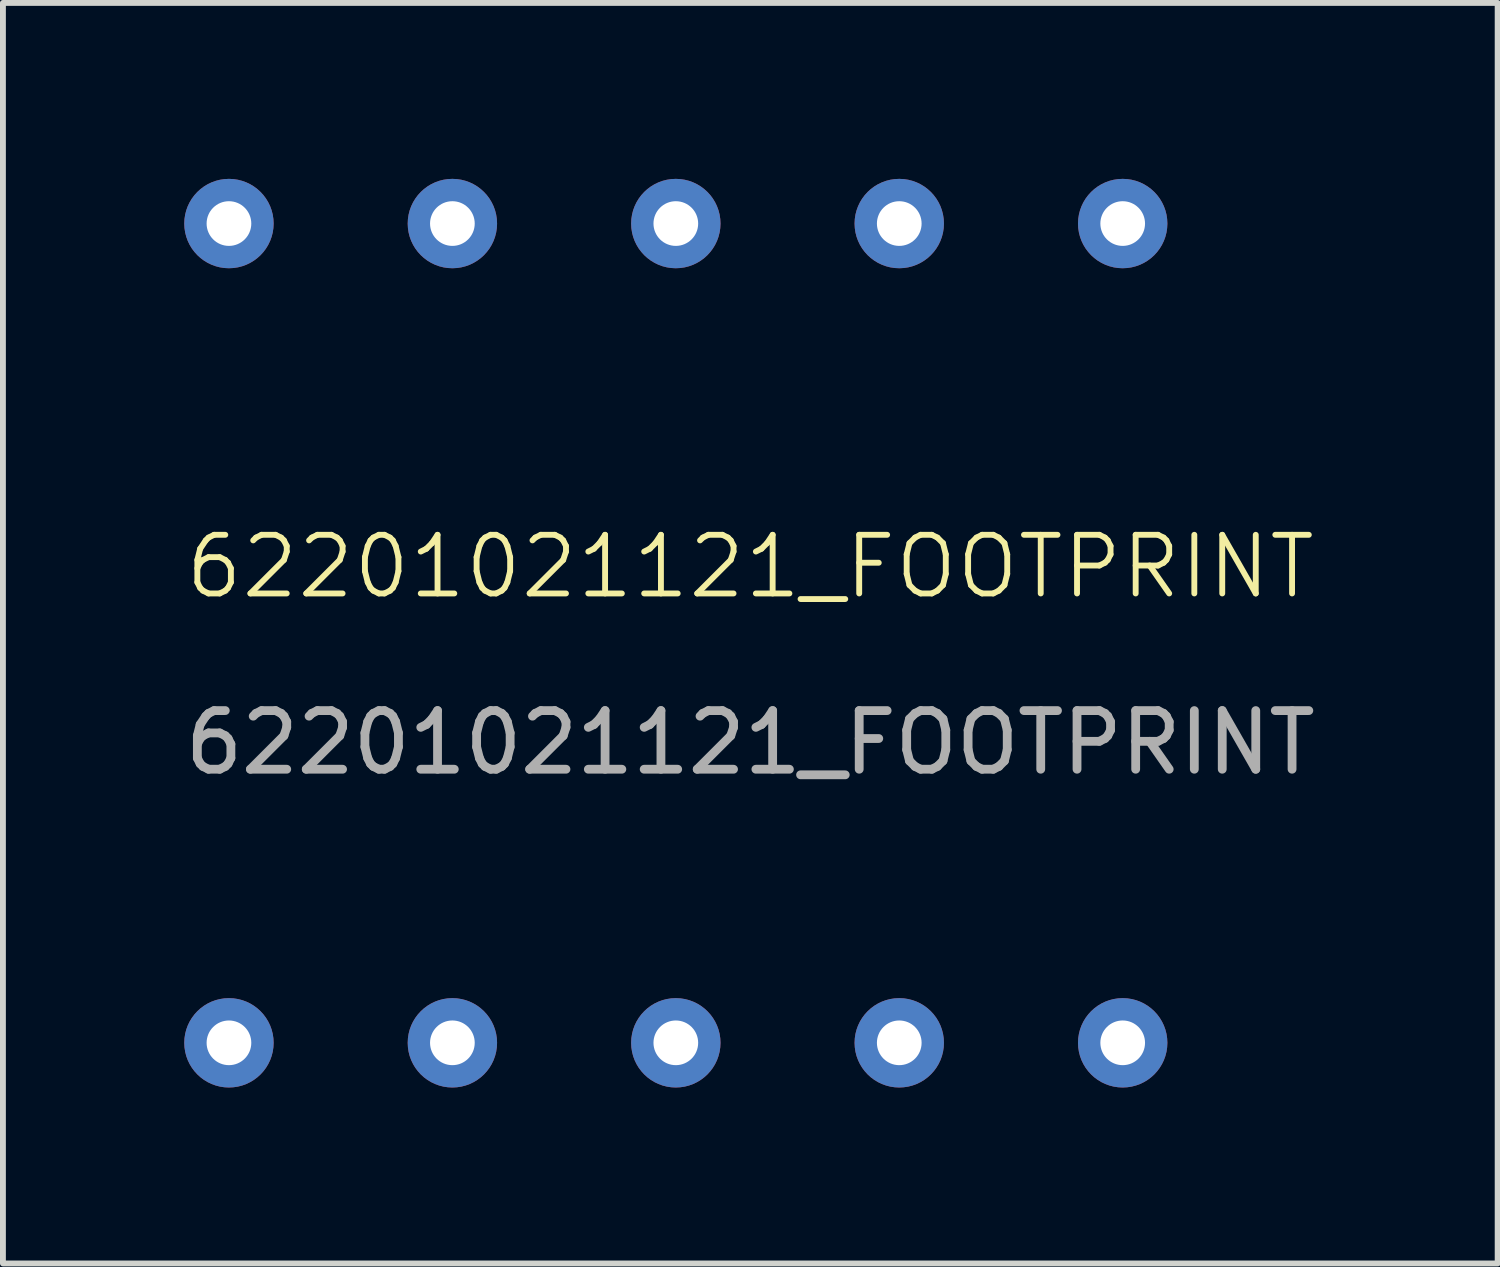
<source format=kicad_pcb>
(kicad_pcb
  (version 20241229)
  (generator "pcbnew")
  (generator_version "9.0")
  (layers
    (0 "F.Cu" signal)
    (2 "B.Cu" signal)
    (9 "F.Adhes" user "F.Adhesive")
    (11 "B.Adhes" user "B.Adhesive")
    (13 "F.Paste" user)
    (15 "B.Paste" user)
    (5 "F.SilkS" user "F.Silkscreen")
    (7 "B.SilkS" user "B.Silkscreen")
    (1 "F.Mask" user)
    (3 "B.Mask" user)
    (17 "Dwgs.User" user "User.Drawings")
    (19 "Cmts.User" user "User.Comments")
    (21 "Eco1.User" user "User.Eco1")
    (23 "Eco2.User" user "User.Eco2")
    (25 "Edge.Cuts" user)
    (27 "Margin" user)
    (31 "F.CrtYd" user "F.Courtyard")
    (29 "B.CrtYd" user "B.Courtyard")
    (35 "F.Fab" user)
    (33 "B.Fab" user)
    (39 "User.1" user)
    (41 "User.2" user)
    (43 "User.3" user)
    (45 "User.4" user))
  (footprint "62201021121_FOOTPRINT"
    (layer "F.Cu")
    (at 9.744 7.112)
    (property "Reference" "62201021121_FOOTPRINT" (at 0 -0.5 0) (unlocked yes) (layer "F.SilkS") (effects (font (size 1 1) (thickness 0.1))))
    (attr through_hole)
    (fp_text user "${REFERENCE}" (at 0 2.5 0) (unlocked yes) (layer "F.Fab") (effects (font (size 1 1) (thickness 0.15))))
    (pad "1" thru_hole circle (at -8.89 -6.35) (size 1.524 1.524) (drill 0.762) (layers "*.Cu" "*.Mask"))
    (pad "2" thru_hole circle (at -5.08 -6.35) (size 1.524 1.524) (drill 0.762) (layers "*.Cu" "*.Mask"))
    (pad "3" thru_hole circle (at -1.27 -6.35) (size 1.524 1.524) (drill 0.762) (layers "*.Cu" "*.Mask"))
    (pad "4" thru_hole circle (at 2.54 -6.35) (size 1.524 1.524) (drill 0.762) (layers "*.Cu" "*.Mask"))
    (pad "5" thru_hole circle (at 6.35 -6.35) (size 1.524 1.524) (drill 0.762) (layers "*.Cu" "*.Mask"))
    (pad "6" thru_hole circle (at -8.89 7.62) (size 1.524 1.524) (drill 0.762) (layers "*.Cu" "*.Mask"))
    (pad "7" thru_hole circle (at -5.08 7.62) (size 1.524 1.524) (drill 0.762) (layers "*.Cu" "*.Mask"))
    (pad "8" thru_hole circle (at -1.27 7.62) (size 1.524 1.524) (drill 0.762) (layers "*.Cu" "*.Mask"))
    (pad "9" thru_hole circle (at 2.54 7.62) (size 1.524 1.524) (drill 0.762) (layers "*.Cu" "*.Mask"))
    (pad "10" thru_hole circle (at 6.35 7.62) (size 1.524 1.524) (drill 0.762) (layers "*.Cu" "*.Mask")))
  (gr_rect
    (start -3 -3)
    (end 22.488 18.494)
    (stroke (width 0.1) (type default))
    (fill no)
    (layer "Edge.Cuts")))
</source>
